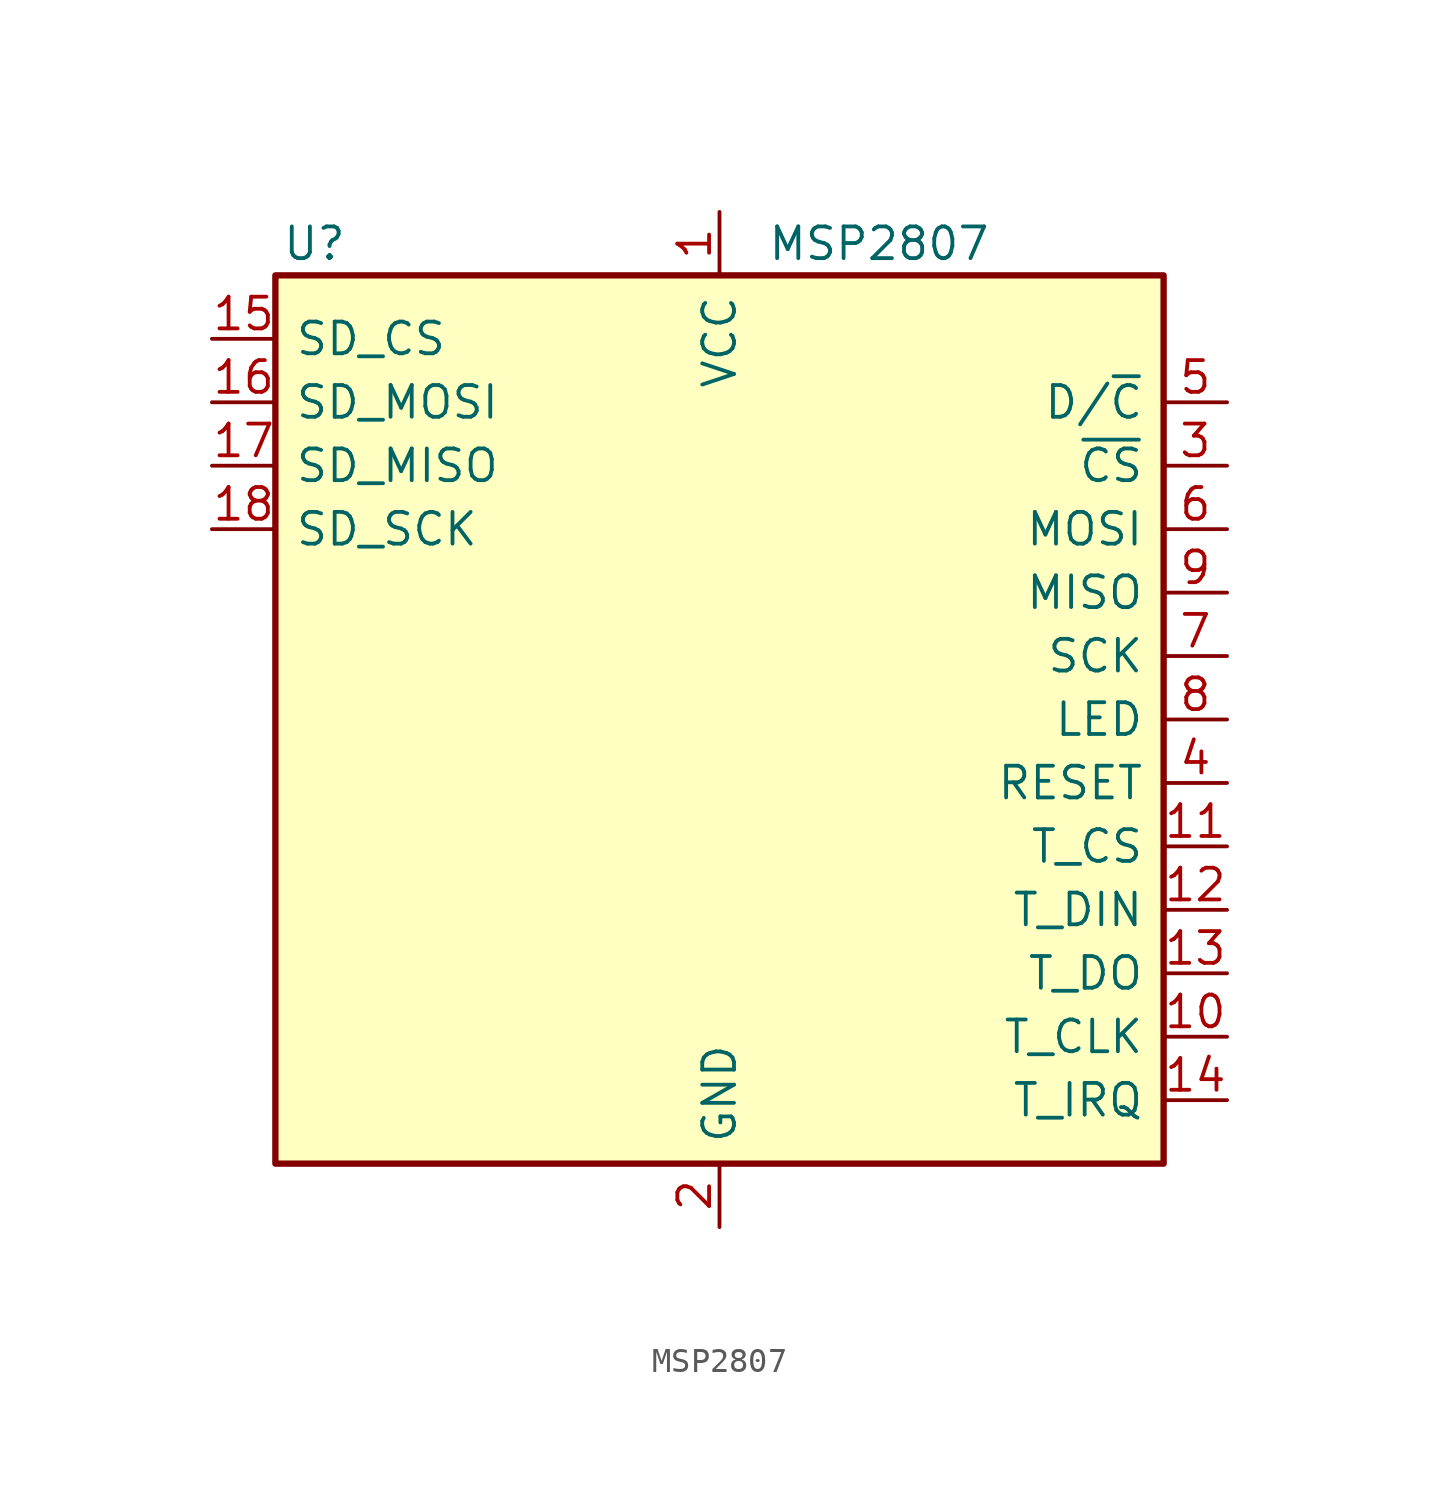
<source format=kicad_sym>
(kicad_symbol_lib
  (version 20211014)
  (generator kicad_symbol_editor)
  (symbol "MSP2807"
    (pin_names
      (offset 0.762))
    (property "Reference" "U"
      (at -23.876 1.27 0)
      (effects (font (size 1.27 1.27)) (justify left)))
    (property "Value" "MSP2807"
      (at -4.445 1.27 0)
      (effects (font (size 1.27 1.27)) (justify left)))
    (symbol "MSP2807_0_1"
      (rectangle (start -24.13 0) (end 11.43 -35.56) (stroke (width 0.254) (type default) (color 0 0 0 0)) (fill (type background))))
    (symbol "MSP2807_1_1"
      (pin power_in line (at -6.35 2.54 270) (length 2.54) (name "VCC" (effects (font (size 1.27 1.27)))) (number "1" (effects (font (size 1.27 1.27)))))
      (pin input line (at 13.97 -30.48 180) (length 2.54) (name "T_CLK" (effects (font (size 1.27 1.27)))) (number "10" (effects (font (size 1.27 1.27)))))
      (pin input line (at 13.97 -22.86 180) (length 2.54) (name "T_CS" (effects (font (size 1.27 1.27)))) (number "11" (effects (font (size 1.27 1.27)))))
      (pin input line (at 13.97 -25.4 180) (length 2.54) (name "T_DIN" (effects (font (size 1.27 1.27)))) (number "12" (effects (font (size 1.27 1.27)))))
      (pin input line (at 13.97 -27.94 180) (length 2.54) (name "T_DO" (effects (font (size 1.27 1.27)))) (number "13" (effects (font (size 1.27 1.27)))))
      (pin input line (at 13.97 -33.02 180) (length 2.54) (name "T_IRQ" (effects (font (size 1.27 1.27)))) (number "14" (effects (font (size 1.27 1.27)))))
      (pin input line (at -26.67 -2.54 0) (length 2.54) (name "SD_CS" (effects (font (size 1.27 1.27)))) (number "15" (effects (font (size 1.27 1.27)))))
      (pin input line (at -26.67 -5.08 0) (length 2.54) (name "SD_MOSI" (effects (font (size 1.27 1.27)))) (number "16" (effects (font (size 1.27 1.27)))))
      (pin output line (at -26.67 -7.62 0) (length 2.54) (name "SD_MISO" (effects (font (size 1.27 1.27)))) (number "17" (effects (font (size 1.27 1.27)))))
      (pin input line (at -26.67 -10.16 0) (length 2.54) (name "SD_SCK" (effects (font (size 1.27 1.27)))) (number "18" (effects (font (size 1.27 1.27)))))
      (pin power_in line (at -6.35 -38.1 90) (length 2.54) (name "GND" (effects (font (size 1.27 1.27)))) (number "2" (effects (font (size 1.27 1.27)))))
      (pin input line (at 13.97 -7.62 180) (length 2.54) (name "~{CS}" (effects (font (size 1.27 1.27)))) (number "3" (effects (font (size 1.27 1.27)))))
      (pin input line (at 13.97 -20.32 180) (length 2.54) (name "RESET" (effects (font (size 1.27 1.27)))) (number "4" (effects (font (size 1.27 1.27)))))
      (pin input line (at 13.97 -5.08 180) (length 2.54) (name "D/~{C}" (effects (font (size 1.27 1.27)))) (number "5" (effects (font (size 1.27 1.27)))))
      (pin input line (at 13.97 -10.16 180) (length 2.54) (name "MOSI" (effects (font (size 1.27 1.27)))) (number "6" (effects (font (size 1.27 1.27)))))
      (pin input line (at 13.97 -15.24 180) (length 2.54) (name "SCK" (effects (font (size 1.27 1.27)))) (number "7" (effects (font (size 1.27 1.27)))))
      (pin input line (at 13.97 -17.78 180) (length 2.54) (name "LED" (effects (font (size 1.27 1.27)))) (number "8" (effects (font (size 1.27 1.27)))))
      (pin output line (at 13.97 -12.7 180) (length 2.54) (name "MISO" (effects (font (size 1.27 1.27)))) (number "9" (effects (font (size 1.27 1.27))))))))
</source>
